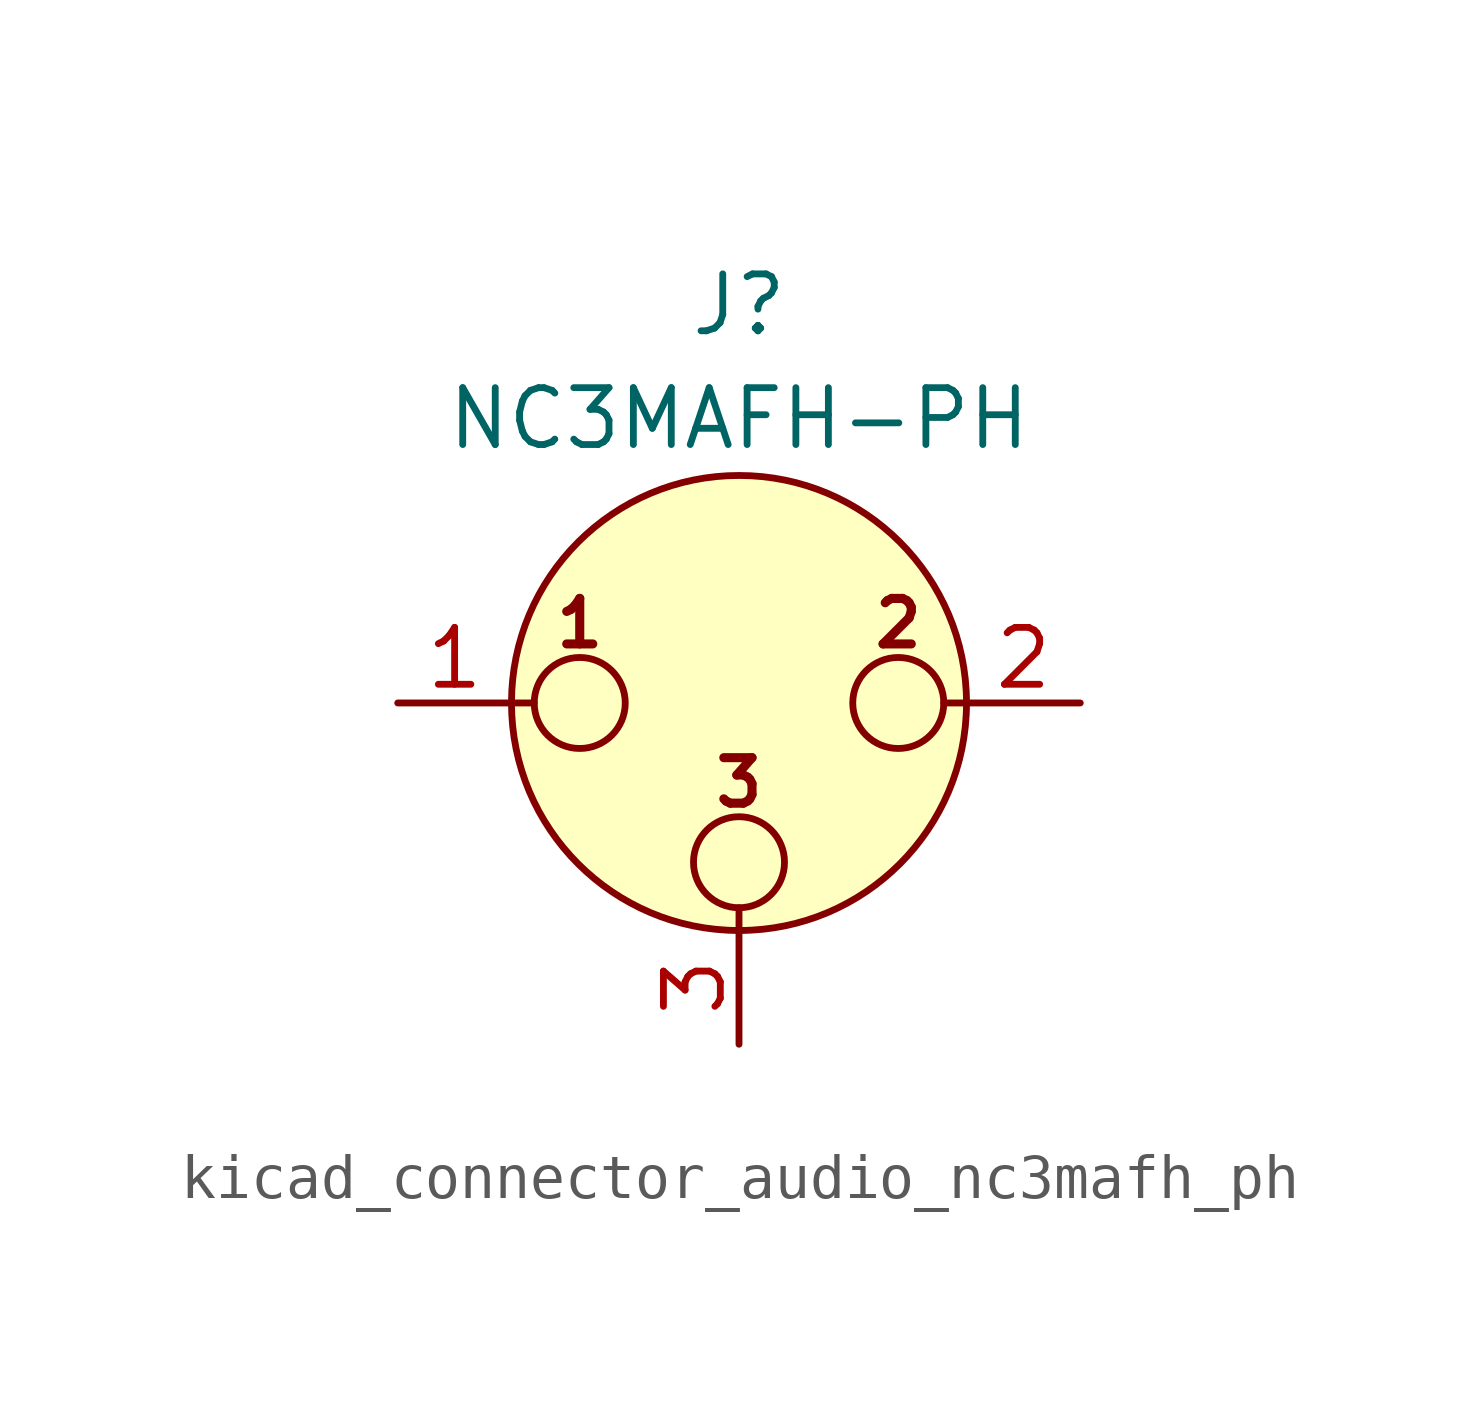
<source format=kicad_sym>
(kicad_symbol_lib
  (version 20220914)
  (generator kicad_symbol_editor)
  (symbol "kicad_connector_audio_nc3mafh_ph"
    (pin_names hide)
    (property "Reference" "J"
      (at 0 8.89 0)
      (effects (font (size 1.27 1.27))))
    (property "Value" "NC3MAFH-PH"
      (at 0 6.35 0)
      (effects (font (size 1.27 1.27))))
    (symbol "kicad_connector_audio_nc3mafh_ph_0_1"
      (circle (center -3.556 0) (radius 1.016) (stroke (width 0) (type default)) (fill (type none)))
      (circle (center 0 -3.556) (radius 1.016) (stroke (width 0) (type default)) (fill (type none)))
      (polyline (pts (xy -5.08 0) (xy -4.572 0)) (stroke (width 0) (type default)) (fill (type none)))
      (polyline (pts (xy 0 -5.08) (xy 0 -4.572)) (stroke (width 0) (type default)) (fill (type none)))
      (polyline (pts (xy 5.08 0) (xy 4.572 0)) (stroke (width 0) (type default)) (fill (type none)))
      (circle (center 0 0) (radius 5.08) (stroke (width 0) (type default)) (fill (type background)))
      (circle (center 3.556 0) (radius 1.016) (stroke (width 0) (type default)) (fill (type none)))
      (text "1" (at -3.556 1.778 0) (effects (font (size 1.016 1.016) bold)))
      (text "2" (at 3.556 1.778 0) (effects (font (size 1.016 1.016) bold)))
      (text "3" (at 0 -1.778 0) (effects (font (size 1.016 1.016) bold)))
      (pin passive line (at -7.62 0 0) (length 2.54) (name "~" (effects (font (size 1.27 1.27)))) (number "1" (effects (font (size 1.27 1.27)))))
      (pin passive line (at 7.62 0 180) (length 2.54) (name "~" (effects (font (size 1.27 1.27)))) (number "2" (effects (font (size 1.27 1.27)))))
      (pin passive line (at 0 -7.62 90) (length 2.54) (name "~" (effects (font (size 1.27 1.27)))) (number "3" (effects (font (size 1.27 1.27))))))))
</source>
